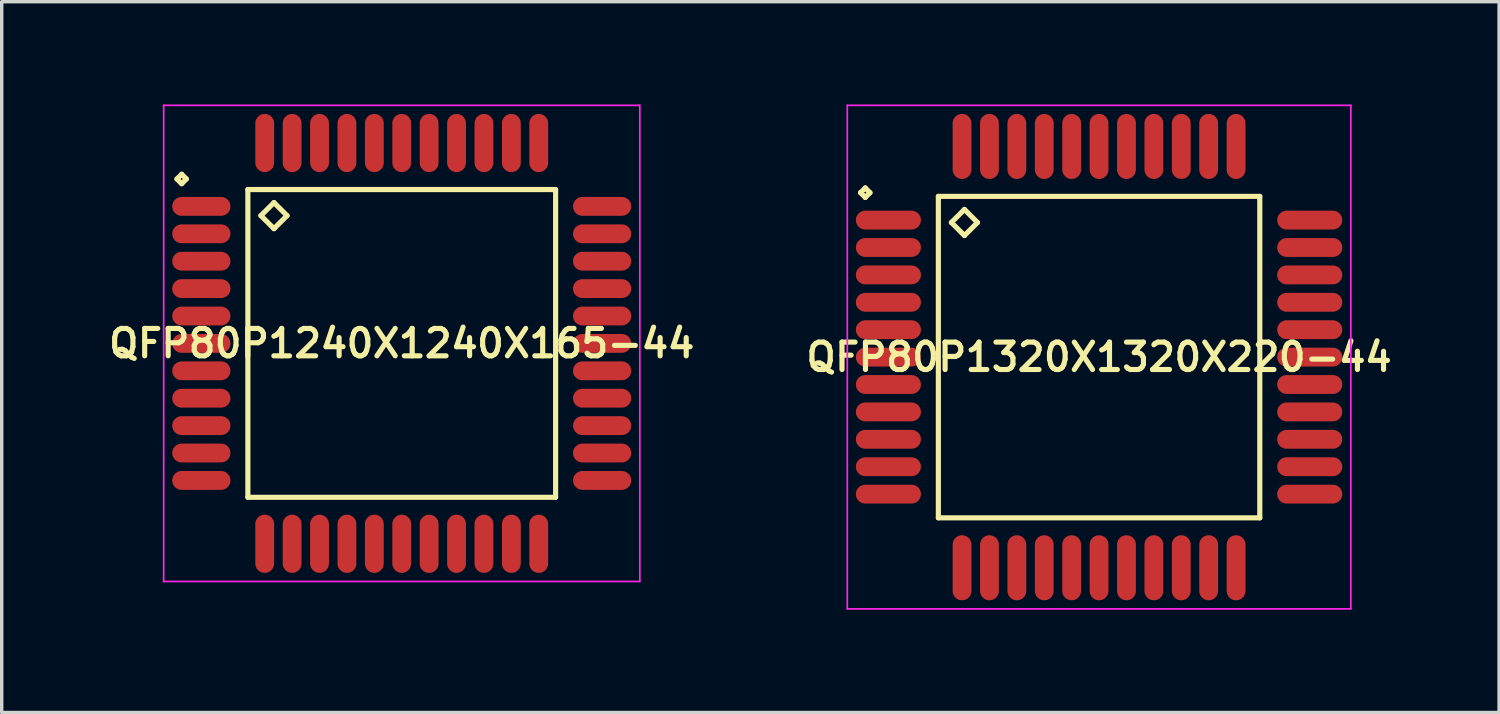
<source format=kicad_pcb>
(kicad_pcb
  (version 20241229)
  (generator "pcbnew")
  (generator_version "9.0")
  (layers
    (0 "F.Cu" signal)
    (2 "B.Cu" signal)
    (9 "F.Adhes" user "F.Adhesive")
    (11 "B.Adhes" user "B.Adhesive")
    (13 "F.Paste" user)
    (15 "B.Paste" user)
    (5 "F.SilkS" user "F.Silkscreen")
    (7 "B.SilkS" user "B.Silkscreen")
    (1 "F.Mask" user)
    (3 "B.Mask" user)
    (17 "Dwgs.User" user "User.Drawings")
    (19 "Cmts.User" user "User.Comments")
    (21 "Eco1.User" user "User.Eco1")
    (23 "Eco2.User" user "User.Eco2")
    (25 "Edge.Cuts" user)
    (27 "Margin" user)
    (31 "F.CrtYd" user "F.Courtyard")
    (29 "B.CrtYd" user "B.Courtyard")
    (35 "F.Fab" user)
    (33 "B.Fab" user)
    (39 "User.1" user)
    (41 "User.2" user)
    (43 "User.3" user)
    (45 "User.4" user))
  (footprint "QFP80P1240X1240X165-44"
    (layer "F.Cu")
    (at 8.678 6.975)
    (property "Reference" "QFP80P1240X1240X165-44" (at 0 0 0) (layer "F.SilkS") (effects (font (size 0.8 0.8) (thickness 0.15))))
    (attr smd)
    (fp_line (start -6.562 -4.8) (end -6.425 -4.938) (stroke (width 0.15) (type solid)) (layer "F.SilkS"))
    (fp_line (start -6.425 -4.938) (end -6.287 -4.8) (stroke (width 0.15) (type solid)) (layer "F.SilkS"))
    (fp_line (start -6.425 -4.662) (end -6.562 -4.8) (stroke (width 0.15) (type solid)) (layer "F.SilkS"))
    (fp_line (start -6.287 -4.8) (end -6.425 -4.662) (stroke (width 0.15) (type solid)) (layer "F.SilkS"))
    (fp_line (start -4.492 -4.492) (end -4.492 4.492) (stroke (width 0.15) (type solid)) (layer "F.SilkS"))
    (fp_line (start -4.492 4.492) (end 4.492 4.492) (stroke (width 0.15) (type solid)) (layer "F.SilkS"))
    (fp_line (start -4.111 -3.73) (end -3.73 -4.111) (stroke (width 0.15) (type solid)) (layer "F.SilkS"))
    (fp_line (start -3.73 -4.111) (end -3.349 -3.73) (stroke (width 0.15) (type solid)) (layer "F.SilkS"))
    (fp_line (start -3.73 -3.349) (end -4.111 -3.73) (stroke (width 0.15) (type solid)) (layer "F.SilkS"))
    (fp_line (start -3.349 -3.73) (end -3.73 -3.349) (stroke (width 0.15) (type solid)) (layer "F.SilkS"))
    (fp_line (start 4.492 -4.492) (end -4.492 -4.492) (stroke (width 0.15) (type solid)) (layer "F.SilkS"))
    (fp_line (start 4.492 4.492) (end 4.492 -4.492) (stroke (width 0.15) (type solid)) (layer "F.SilkS"))
    (fp_line (start -6.95 -6.95) (end 6.95 -6.95) (stroke (width 0.05) (type solid)) (layer "F.CrtYd"))
    (fp_line (start -6.95 6.95) (end -6.95 -6.95) (stroke (width 0.05) (type solid)) (layer "F.CrtYd"))
    (fp_line (start 6.95 -6.95) (end 6.95 6.95) (stroke (width 0.05) (type solid)) (layer "F.CrtYd"))
    (fp_line (start 6.95 6.95) (end -6.95 6.95) (stroke (width 0.05) (type solid)) (layer "F.CrtYd"))
    (pad "1" smd oval (at -5.85 -4) (size 1.7 0.55) (layers "F.Cu" "F.Mask" "F.Paste"))
    (pad "2" smd oval (at -5.85 -3.2) (size 1.7 0.55) (layers "F.Cu" "F.Mask" "F.Paste"))
    (pad "3" smd oval (at -5.85 -2.4) (size 1.7 0.55) (layers "F.Cu" "F.Mask" "F.Paste"))
    (pad "4" smd oval (at -5.85 -1.6) (size 1.7 0.55) (layers "F.Cu" "F.Mask" "F.Paste"))
    (pad "5" smd oval (at -5.85 -0.8) (size 1.7 0.55) (layers "F.Cu" "F.Mask" "F.Paste"))
    (pad "6" smd oval (at -5.85 0) (size 1.7 0.55) (layers "F.Cu" "F.Mask" "F.Paste"))
    (pad "7" smd oval (at -5.85 0.8) (size 1.7 0.55) (layers "F.Cu" "F.Mask" "F.Paste"))
    (pad "8" smd oval (at -5.85 1.6) (size 1.7 0.55) (layers "F.Cu" "F.Mask" "F.Paste"))
    (pad "9" smd oval (at -5.85 2.4) (size 1.7 0.55) (layers "F.Cu" "F.Mask" "F.Paste"))
    (pad "10" smd oval (at -5.85 3.2) (size 1.7 0.55) (layers "F.Cu" "F.Mask" "F.Paste"))
    (pad "11" smd oval (at -5.85 4) (size 1.7 0.55) (layers "F.Cu" "F.Mask" "F.Paste"))
    (pad "12" smd oval (at -4 5.85) (size 0.55 1.7) (layers "F.Cu" "F.Mask" "F.Paste"))
    (pad "13" smd oval (at -3.2 5.85) (size 0.55 1.7) (layers "F.Cu" "F.Mask" "F.Paste"))
    (pad "14" smd oval (at -2.4 5.85) (size 0.55 1.7) (layers "F.Cu" "F.Mask" "F.Paste"))
    (pad "15" smd oval (at -1.6 5.85) (size 0.55 1.7) (layers "F.Cu" "F.Mask" "F.Paste"))
    (pad "16" smd oval (at -0.8 5.85) (size 0.55 1.7) (layers "F.Cu" "F.Mask" "F.Paste"))
    (pad "17" smd oval (at 0 5.85) (size 0.55 1.7) (layers "F.Cu" "F.Mask" "F.Paste"))
    (pad "18" smd oval (at 0.8 5.85) (size 0.55 1.7) (layers "F.Cu" "F.Mask" "F.Paste"))
    (pad "19" smd oval (at 1.6 5.85) (size 0.55 1.7) (layers "F.Cu" "F.Mask" "F.Paste"))
    (pad "20" smd oval (at 2.4 5.85) (size 0.55 1.7) (layers "F.Cu" "F.Mask" "F.Paste"))
    (pad "21" smd oval (at 3.2 5.85) (size 0.55 1.7) (layers "F.Cu" "F.Mask" "F.Paste"))
    (pad "22" smd oval (at 4 5.85) (size 0.55 1.7) (layers "F.Cu" "F.Mask" "F.Paste"))
    (pad "23" smd oval (at 5.85 4) (size 1.7 0.55) (layers "F.Cu" "F.Mask" "F.Paste"))
    (pad "24" smd oval (at 5.85 3.2) (size 1.7 0.55) (layers "F.Cu" "F.Mask" "F.Paste"))
    (pad "25" smd oval (at 5.85 2.4) (size 1.7 0.55) (layers "F.Cu" "F.Mask" "F.Paste"))
    (pad "26" smd oval (at 5.85 1.6) (size 1.7 0.55) (layers "F.Cu" "F.Mask" "F.Paste"))
    (pad "27" smd oval (at 5.85 0.8) (size 1.7 0.55) (layers "F.Cu" "F.Mask" "F.Paste"))
    (pad "28" smd oval (at 5.85 0) (size 1.7 0.55) (layers "F.Cu" "F.Mask" "F.Paste"))
    (pad "29" smd oval (at 5.85 -0.8) (size 1.7 0.55) (layers "F.Cu" "F.Mask" "F.Paste"))
    (pad "30" smd oval (at 5.85 -1.6) (size 1.7 0.55) (layers "F.Cu" "F.Mask" "F.Paste"))
    (pad "31" smd oval (at 5.85 -2.4) (size 1.7 0.55) (layers "F.Cu" "F.Mask" "F.Paste"))
    (pad "32" smd oval (at 5.85 -3.2) (size 1.7 0.55) (layers "F.Cu" "F.Mask" "F.Paste"))
    (pad "33" smd oval (at 5.85 -4) (size 1.7 0.55) (layers "F.Cu" "F.Mask" "F.Paste"))
    (pad "34" smd oval (at 4 -5.85) (size 0.55 1.7) (layers "F.Cu" "F.Mask" "F.Paste"))
    (pad "35" smd oval (at 3.2 -5.85) (size 0.55 1.7) (layers "F.Cu" "F.Mask" "F.Paste"))
    (pad "36" smd oval (at 2.4 -5.85) (size 0.55 1.7) (layers "F.Cu" "F.Mask" "F.Paste"))
    (pad "37" smd oval (at 1.6 -5.85) (size 0.55 1.7) (layers "F.Cu" "F.Mask" "F.Paste"))
    (pad "38" smd oval (at 0.8 -5.85) (size 0.55 1.7) (layers "F.Cu" "F.Mask" "F.Paste"))
    (pad "39" smd oval (at 0 -5.85) (size 0.55 1.7) (layers "F.Cu" "F.Mask" "F.Paste"))
    (pad "40" smd oval (at -0.8 -5.85) (size 0.55 1.7) (layers "F.Cu" "F.Mask" "F.Paste"))
    (pad "41" smd oval (at -1.6 -5.85) (size 0.55 1.7) (layers "F.Cu" "F.Mask" "F.Paste"))
    (pad "42" smd oval (at -2.4 -5.85) (size 0.55 1.7) (layers "F.Cu" "F.Mask" "F.Paste"))
    (pad "43" smd oval (at -3.2 -5.85) (size 0.55 1.7) (layers "F.Cu" "F.Mask" "F.Paste"))
    (pad "44" smd oval (at -4 -5.85) (size 0.55 1.7) (layers "F.Cu" "F.Mask" "F.Paste")))
  (footprint "QFP80P1320X1320X220-44"
    (layer "F.Cu")
    (at 29.035 7.375)
    (property "Reference" "QFP80P1320X1320X220-44" (at 0 0 0) (layer "F.SilkS") (effects (font (size 0.8 0.8) (thickness 0.15))))
    (attr smd)
    (fp_line (start -6.963 -4.8) (end -6.825 -4.938) (stroke (width 0.15) (type solid)) (layer "F.SilkS"))
    (fp_line (start -6.825 -4.938) (end -6.688 -4.8) (stroke (width 0.15) (type solid)) (layer "F.SilkS"))
    (fp_line (start -6.825 -4.662) (end -6.963 -4.8) (stroke (width 0.15) (type solid)) (layer "F.SilkS"))
    (fp_line (start -6.688 -4.8) (end -6.825 -4.662) (stroke (width 0.15) (type solid)) (layer "F.SilkS"))
    (fp_line (start -4.692 -4.692) (end -4.692 4.692) (stroke (width 0.15) (type solid)) (layer "F.SilkS"))
    (fp_line (start -4.692 4.692) (end 4.692 4.692) (stroke (width 0.15) (type solid)) (layer "F.SilkS"))
    (fp_line (start -4.311 -3.93) (end -3.93 -4.311) (stroke (width 0.15) (type solid)) (layer "F.SilkS"))
    (fp_line (start -3.93 -4.311) (end -3.549 -3.93) (stroke (width 0.15) (type solid)) (layer "F.SilkS"))
    (fp_line (start -3.93 -3.549) (end -4.311 -3.93) (stroke (width 0.15) (type solid)) (layer "F.SilkS"))
    (fp_line (start -3.549 -3.93) (end -3.93 -3.549) (stroke (width 0.15) (type solid)) (layer "F.SilkS"))
    (fp_line (start 4.692 -4.692) (end -4.692 -4.692) (stroke (width 0.15) (type solid)) (layer "F.SilkS"))
    (fp_line (start 4.692 4.692) (end 4.692 -4.692) (stroke (width 0.15) (type solid)) (layer "F.SilkS"))
    (fp_line (start -7.35 -7.35) (end 7.35 -7.35) (stroke (width 0.05) (type solid)) (layer "F.CrtYd"))
    (fp_line (start -7.35 7.35) (end -7.35 -7.35) (stroke (width 0.05) (type solid)) (layer "F.CrtYd"))
    (fp_line (start 7.35 -7.35) (end 7.35 7.35) (stroke (width 0.05) (type solid)) (layer "F.CrtYd"))
    (fp_line (start 7.35 7.35) (end -7.35 7.35) (stroke (width 0.05) (type solid)) (layer "F.CrtYd"))
    (pad "1" smd oval (at -6.15 -4) (size 1.9 0.55) (layers "F.Cu" "F.Mask" "F.Paste"))
    (pad "2" smd oval (at -6.15 -3.2) (size 1.9 0.55) (layers "F.Cu" "F.Mask" "F.Paste"))
    (pad "3" smd oval (at -6.15 -2.4) (size 1.9 0.55) (layers "F.Cu" "F.Mask" "F.Paste"))
    (pad "4" smd oval (at -6.15 -1.6) (size 1.9 0.55) (layers "F.Cu" "F.Mask" "F.Paste"))
    (pad "5" smd oval (at -6.15 -0.8) (size 1.9 0.55) (layers "F.Cu" "F.Mask" "F.Paste"))
    (pad "6" smd oval (at -6.15 0) (size 1.9 0.55) (layers "F.Cu" "F.Mask" "F.Paste"))
    (pad "7" smd oval (at -6.15 0.8) (size 1.9 0.55) (layers "F.Cu" "F.Mask" "F.Paste"))
    (pad "8" smd oval (at -6.15 1.6) (size 1.9 0.55) (layers "F.Cu" "F.Mask" "F.Paste"))
    (pad "9" smd oval (at -6.15 2.4) (size 1.9 0.55) (layers "F.Cu" "F.Mask" "F.Paste"))
    (pad "10" smd oval (at -6.15 3.2) (size 1.9 0.55) (layers "F.Cu" "F.Mask" "F.Paste"))
    (pad "11" smd oval (at -6.15 4) (size 1.9 0.55) (layers "F.Cu" "F.Mask" "F.Paste"))
    (pad "12" smd oval (at -4 6.15) (size 0.55 1.9) (layers "F.Cu" "F.Mask" "F.Paste"))
    (pad "13" smd oval (at -3.2 6.15) (size 0.55 1.9) (layers "F.Cu" "F.Mask" "F.Paste"))
    (pad "14" smd oval (at -2.4 6.15) (size 0.55 1.9) (layers "F.Cu" "F.Mask" "F.Paste"))
    (pad "15" smd oval (at -1.6 6.15) (size 0.55 1.9) (layers "F.Cu" "F.Mask" "F.Paste"))
    (pad "16" smd oval (at -0.8 6.15) (size 0.55 1.9) (layers "F.Cu" "F.Mask" "F.Paste"))
    (pad "17" smd oval (at 0 6.15) (size 0.55 1.9) (layers "F.Cu" "F.Mask" "F.Paste"))
    (pad "18" smd oval (at 0.8 6.15) (size 0.55 1.9) (layers "F.Cu" "F.Mask" "F.Paste"))
    (pad "19" smd oval (at 1.6 6.15) (size 0.55 1.9) (layers "F.Cu" "F.Mask" "F.Paste"))
    (pad "20" smd oval (at 2.4 6.15) (size 0.55 1.9) (layers "F.Cu" "F.Mask" "F.Paste"))
    (pad "21" smd oval (at 3.2 6.15) (size 0.55 1.9) (layers "F.Cu" "F.Mask" "F.Paste"))
    (pad "22" smd oval (at 4 6.15) (size 0.55 1.9) (layers "F.Cu" "F.Mask" "F.Paste"))
    (pad "23" smd oval (at 6.15 4) (size 1.9 0.55) (layers "F.Cu" "F.Mask" "F.Paste"))
    (pad "24" smd oval (at 6.15 3.2) (size 1.9 0.55) (layers "F.Cu" "F.Mask" "F.Paste"))
    (pad "25" smd oval (at 6.15 2.4) (size 1.9 0.55) (layers "F.Cu" "F.Mask" "F.Paste"))
    (pad "26" smd oval (at 6.15 1.6) (size 1.9 0.55) (layers "F.Cu" "F.Mask" "F.Paste"))
    (pad "27" smd oval (at 6.15 0.8) (size 1.9 0.55) (layers "F.Cu" "F.Mask" "F.Paste"))
    (pad "28" smd oval (at 6.15 0) (size 1.9 0.55) (layers "F.Cu" "F.Mask" "F.Paste"))
    (pad "29" smd oval (at 6.15 -0.8) (size 1.9 0.55) (layers "F.Cu" "F.Mask" "F.Paste"))
    (pad "30" smd oval (at 6.15 -1.6) (size 1.9 0.55) (layers "F.Cu" "F.Mask" "F.Paste"))
    (pad "31" smd oval (at 6.15 -2.4) (size 1.9 0.55) (layers "F.Cu" "F.Mask" "F.Paste"))
    (pad "32" smd oval (at 6.15 -3.2) (size 1.9 0.55) (layers "F.Cu" "F.Mask" "F.Paste"))
    (pad "33" smd oval (at 6.15 -4) (size 1.9 0.55) (layers "F.Cu" "F.Mask" "F.Paste"))
    (pad "34" smd oval (at 4 -6.15) (size 0.55 1.9) (layers "F.Cu" "F.Mask" "F.Paste"))
    (pad "35" smd oval (at 3.2 -6.15) (size 0.55 1.9) (layers "F.Cu" "F.Mask" "F.Paste"))
    (pad "36" smd oval (at 2.4 -6.15) (size 0.55 1.9) (layers "F.Cu" "F.Mask" "F.Paste"))
    (pad "37" smd oval (at 1.6 -6.15) (size 0.55 1.9) (layers "F.Cu" "F.Mask" "F.Paste"))
    (pad "38" smd oval (at 0.8 -6.15) (size 0.55 1.9) (layers "F.Cu" "F.Mask" "F.Paste"))
    (pad "39" smd oval (at 0 -6.15) (size 0.55 1.9) (layers "F.Cu" "F.Mask" "F.Paste"))
    (pad "40" smd oval (at -0.8 -6.15) (size 0.55 1.9) (layers "F.Cu" "F.Mask" "F.Paste"))
    (pad "41" smd oval (at -1.6 -6.15) (size 0.55 1.9) (layers "F.Cu" "F.Mask" "F.Paste"))
    (pad "42" smd oval (at -2.4 -6.15) (size 0.55 1.9) (layers "F.Cu" "F.Mask" "F.Paste"))
    (pad "43" smd oval (at -3.2 -6.15) (size 0.55 1.9) (layers "F.Cu" "F.Mask" "F.Paste"))
    (pad "44" smd oval (at -4 -6.15) (size 0.55 1.9) (layers "F.Cu" "F.Mask" "F.Paste")))
  (gr_rect
    (start -3 -3)
    (end 40.713 17.75)
    (stroke (width 0.1) (type default))
    (fill no)
    (layer "Edge.Cuts")))
</source>
